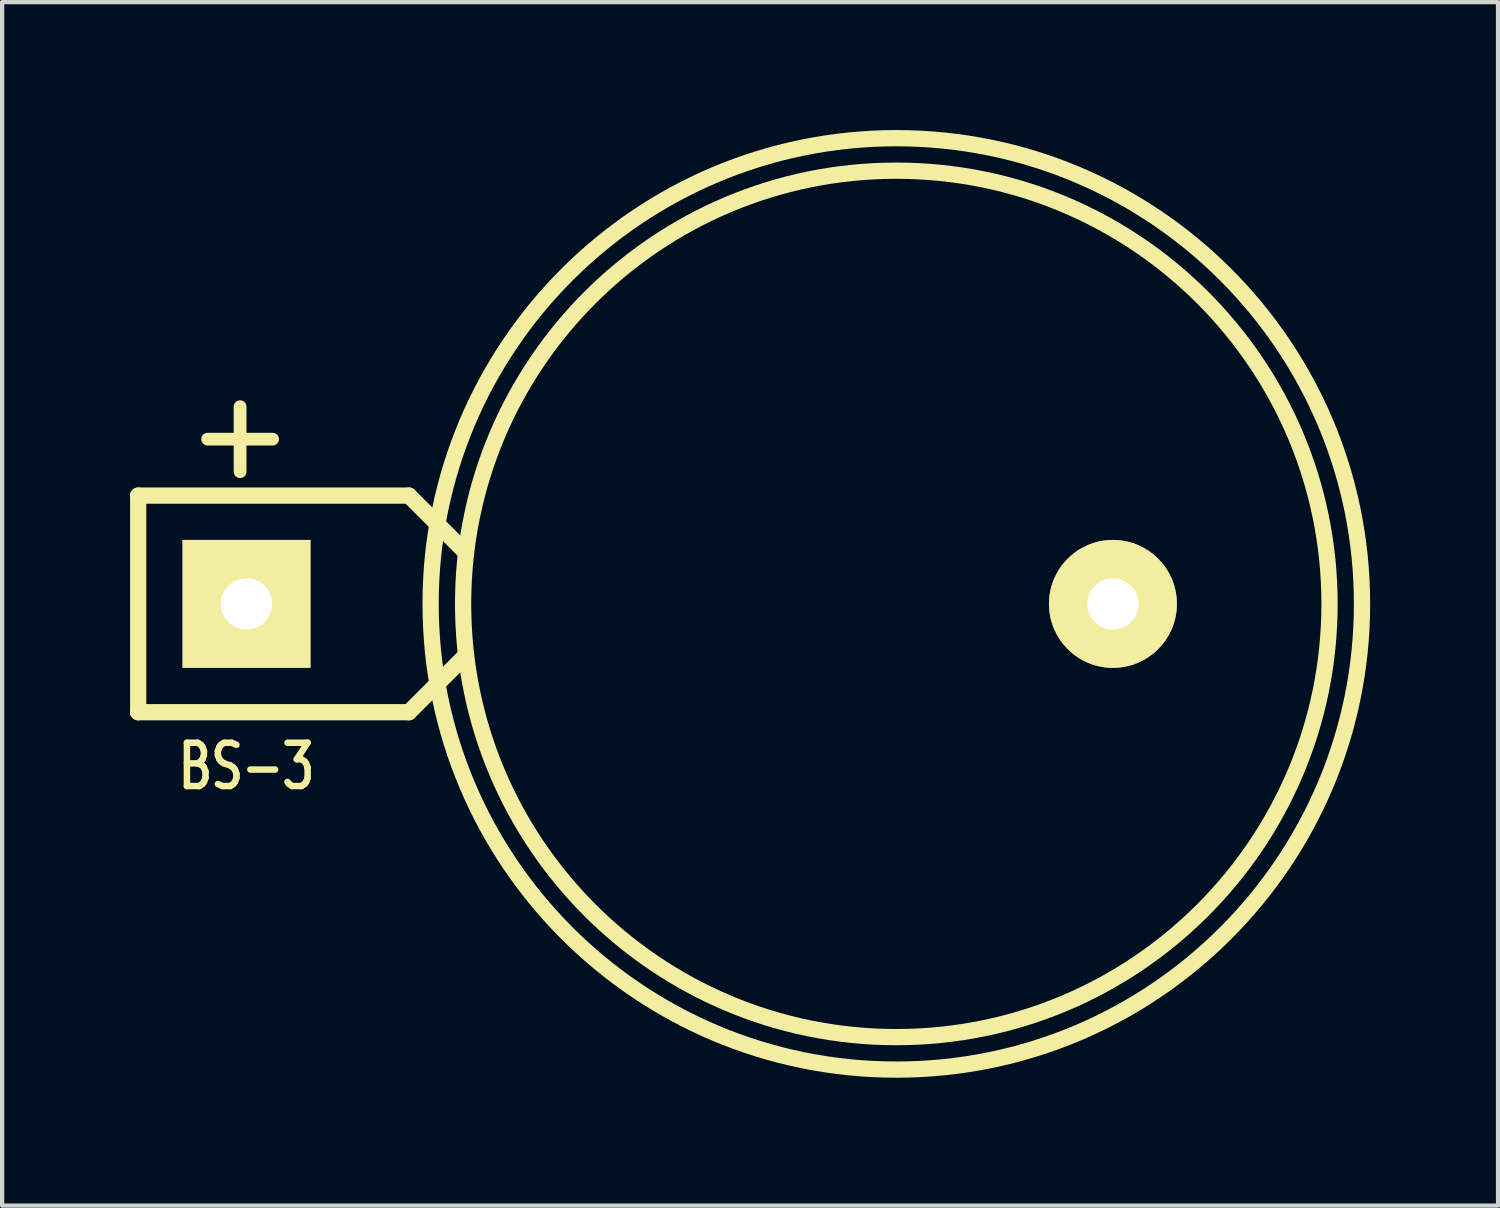
<source format=kicad_pcb>
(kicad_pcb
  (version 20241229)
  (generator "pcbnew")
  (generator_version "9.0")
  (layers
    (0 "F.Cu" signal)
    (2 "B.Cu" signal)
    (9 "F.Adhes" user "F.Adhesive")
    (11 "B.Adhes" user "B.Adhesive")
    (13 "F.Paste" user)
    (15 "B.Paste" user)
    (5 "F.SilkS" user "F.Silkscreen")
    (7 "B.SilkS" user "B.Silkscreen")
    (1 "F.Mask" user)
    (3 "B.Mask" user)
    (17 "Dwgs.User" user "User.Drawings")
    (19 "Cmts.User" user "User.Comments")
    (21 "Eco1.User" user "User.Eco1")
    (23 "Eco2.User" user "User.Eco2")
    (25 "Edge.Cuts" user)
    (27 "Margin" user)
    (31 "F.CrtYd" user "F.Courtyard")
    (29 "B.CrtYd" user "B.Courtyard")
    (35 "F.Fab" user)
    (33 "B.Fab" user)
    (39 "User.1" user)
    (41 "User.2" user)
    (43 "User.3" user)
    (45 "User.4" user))
  (footprint "BS-3"
    (layer "F.Cu")
    (at 17.971 11.113)
    (property "Reference" "BS-3" (at -15.24 3.81 180) (layer "F.SilkS") (effects (font (size 1.016 0.762) (thickness 0.152))))
    (attr through_hole)
    (fp_line (start -17.78 -2.54) (end -17.78 2.54) (stroke (width 0.381) (type solid)) (layer "F.SilkS"))
    (fp_line (start -17.78 2.54) (end -11.43 2.54) (stroke (width 0.381) (type solid)) (layer "F.SilkS"))
    (fp_line (start -11.43 -2.54) (end -17.78 -2.54) (stroke (width 0.381) (type solid)) (layer "F.SilkS"))
    (fp_line (start -11.43 -2.54) (end -10.16 -1.27) (stroke (width 0.381) (type solid)) (layer "F.SilkS"))
    (fp_line (start -11.43 2.54) (end -10.16 1.27) (stroke (width 0.381) (type solid)) (layer "F.SilkS"))
    (fp_circle (center 0 0) (end 10.16 0) (stroke (width 0.381) (type solid)) (fill no) (layer "F.SilkS"))
    (fp_circle (center 0 0) (end 10.922 0) (stroke (width 0.381) (type solid)) (fill no) (layer "F.SilkS"))
    (fp_text user "+" (at -15.39 -4.011 0) (layer "F.SilkS") (effects (font (size 1.999 1.999) (thickness 0.3))))
    (pad "1" thru_hole rect (at -15.24 0) (size 3 3) (drill 1.2) (layers "*.Cu" "B.Mask" "F.SilkS"))
    (pad "2" thru_hole circle (at 5.08 0) (size 3 3) (drill 1.2) (layers "*.Cu" "B.Mask" "F.SilkS")))
  (gr_rect
    (start -3 -3)
    (end 32.083 25.225)
    (stroke (width 0.1) (type default))
    (fill no)
    (layer "Edge.Cuts")))
</source>
